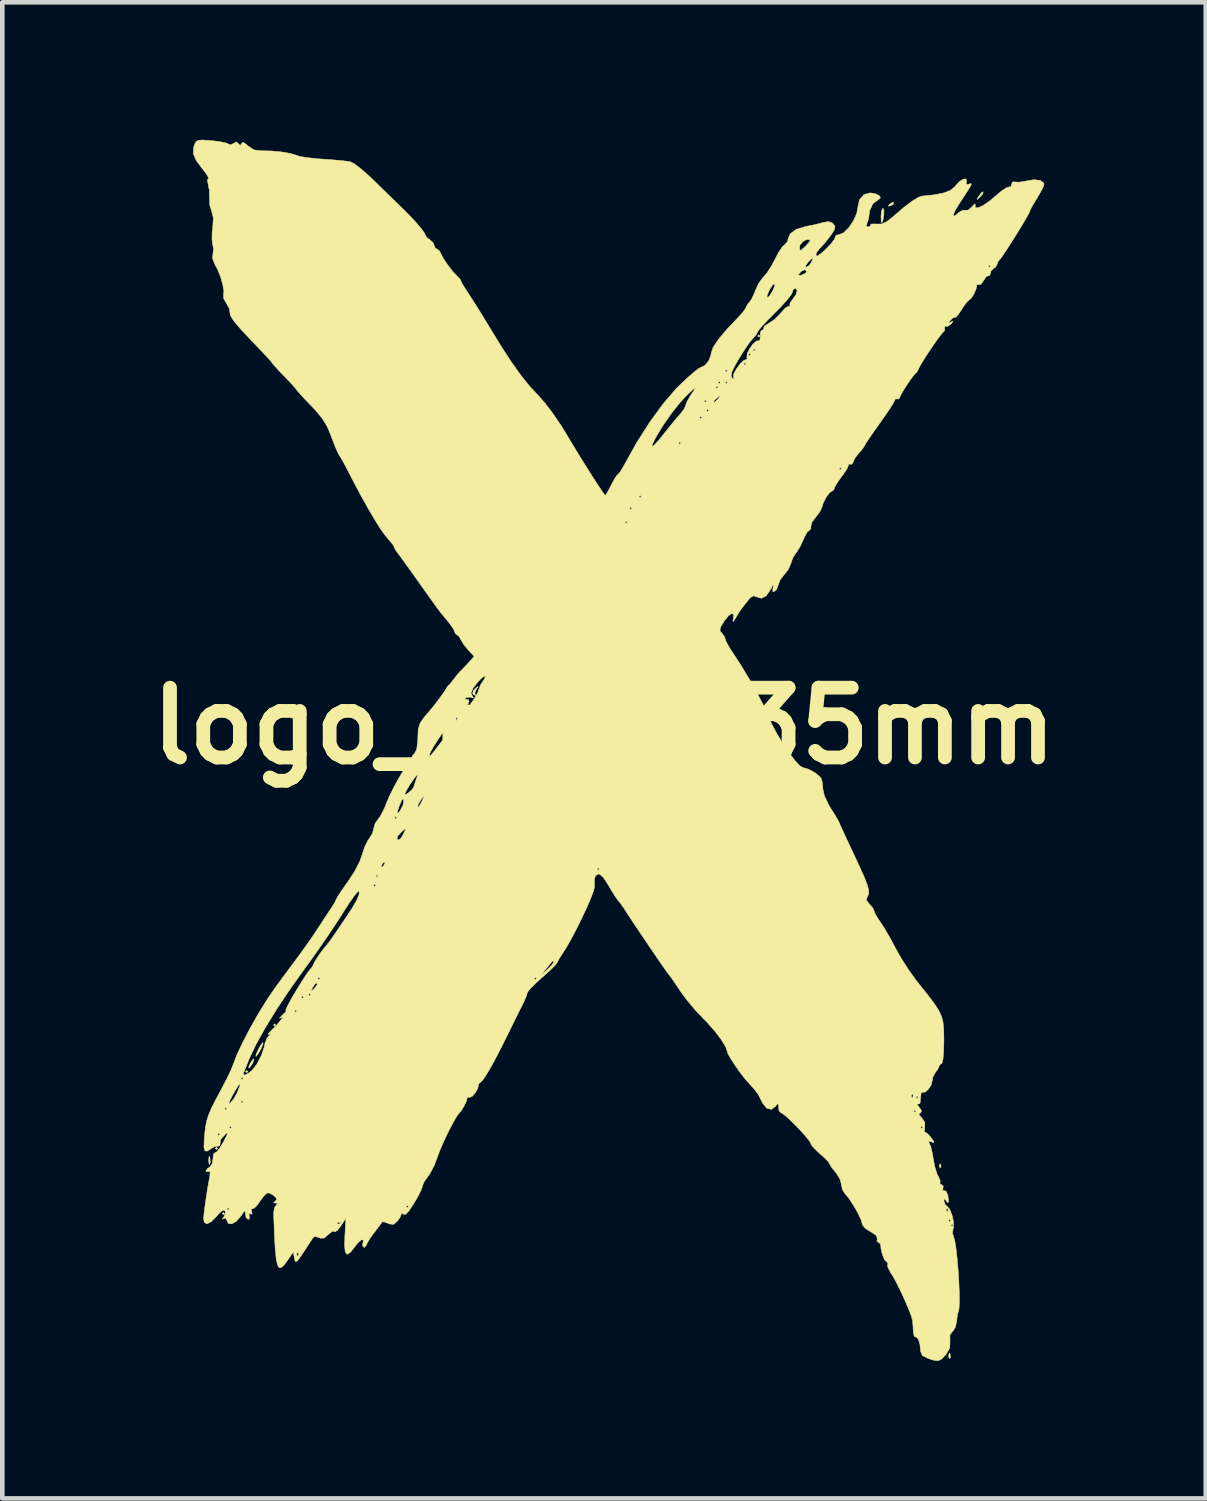
<source format=kicad_pcb>
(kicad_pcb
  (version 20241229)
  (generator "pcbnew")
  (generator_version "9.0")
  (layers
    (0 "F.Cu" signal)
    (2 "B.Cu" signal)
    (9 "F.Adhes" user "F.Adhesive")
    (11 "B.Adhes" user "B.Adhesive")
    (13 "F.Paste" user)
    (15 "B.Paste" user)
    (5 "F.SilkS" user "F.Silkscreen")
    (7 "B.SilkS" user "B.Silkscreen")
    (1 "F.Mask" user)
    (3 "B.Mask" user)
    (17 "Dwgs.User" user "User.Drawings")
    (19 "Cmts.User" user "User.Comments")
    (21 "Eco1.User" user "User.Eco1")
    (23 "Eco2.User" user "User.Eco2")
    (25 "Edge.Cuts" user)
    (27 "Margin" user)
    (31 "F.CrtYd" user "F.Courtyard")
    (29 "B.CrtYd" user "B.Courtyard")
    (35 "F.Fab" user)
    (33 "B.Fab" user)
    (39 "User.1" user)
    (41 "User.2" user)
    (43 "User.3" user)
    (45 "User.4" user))
  (footprint "logo_front_35mm"
    (layer "F.Cu")
    (at 10.131 12.791)
    (property "Reference" "logo_front_35mm" (at 0 0 0) (layer "F.SilkS") (effects (font (size 1.524 1.524) (thickness 0.3))))
    (attr through_hole)
    (fp_poly (pts (xy -8.433 9.22) (xy -8.458 9.246) (xy -8.484 9.22) (xy -8.458 9.195) (xy -8.433 9.22)) (stroke (width 0.01) (type solid)) (fill yes) (layer "F.SilkS"))
    (fp_poly (pts (xy -8.28 10.643) (xy -8.306 10.668) (xy -8.331 10.643) (xy -8.306 10.617) (xy -8.28 10.643)) (stroke (width 0.01) (type solid)) (fill yes) (layer "F.SilkS"))
    (fp_poly (pts (xy -7.772 7.544) (xy -7.798 7.569) (xy -7.823 7.544) (xy -7.798 7.518) (xy -7.772 7.544)) (stroke (width 0.01) (type solid)) (fill yes) (layer "F.SilkS"))
    (fp_poly (pts (xy -7.163 6.528) (xy -7.188 6.553) (xy -7.214 6.528) (xy -7.188 6.502) (xy -7.163 6.528)) (stroke (width 0.01) (type solid)) (fill yes) (layer "F.SilkS"))
    (fp_poly (pts (xy -2.997 -0.432) (xy -3.023 -0.406) (xy -3.048 -0.432) (xy -3.023 -0.457) (xy -2.997 -0.432)) (stroke (width 0.01) (type solid)) (fill yes) (layer "F.SilkS"))
    (fp_poly (pts (xy 3.404 -8.509) (xy 3.378 -8.484) (xy 3.353 -8.509) (xy 3.378 -8.534) (xy 3.404 -8.509)) (stroke (width 0.01) (type solid)) (fill yes) (layer "F.SilkS"))
    (fp_poly (pts (xy 7.349 9.567) (xy 7.355 9.628) (xy 7.349 9.635) (xy 7.319 9.628) (xy 7.315 9.601) (xy 7.334 9.559) (xy 7.349 9.567)) (stroke (width 0.01) (type solid)) (fill yes) (layer "F.SilkS"))
    (fp_poly (pts (xy 7.553 13.706) (xy 7.559 13.786) (xy 7.549 13.804) (xy 7.526 13.789) (xy 7.522 13.737) (xy 7.535 13.683) (xy 7.553 13.706)) (stroke (width 0.01) (type solid)) (fill yes) (layer "F.SilkS"))
    (fp_poly (pts (xy 6.326 -11.42) (xy 6.311 -11.382) (xy 6.263 -11.357) (xy 6.204 -11.342) (xy 6.228 -11.379) (xy 6.235 -11.386) (xy 6.301 -11.426) (xy 6.326 -11.42)) (stroke (width 0.01) (type solid)) (fill yes) (layer "F.SilkS"))
    (fp_poly (pts (xy 8.262 -11.607) (xy 8.208 -11.543) (xy 8.146 -11.486) (xy 8.147 -11.505) (xy 8.184 -11.567) (xy 8.242 -11.642) (xy 8.275 -11.655) (xy 8.262 -11.607)) (stroke (width 0.01) (type solid)) (fill yes) (layer "F.SilkS"))
    (fp_poly (pts (xy -8.603 9.403) (xy -8.601 9.412) (xy -8.593 9.522) (xy -8.603 9.564) (xy -8.619 9.566) (xy -8.626 9.486) (xy -8.626 9.474) (xy -8.619 9.395) (xy -8.603 9.403)) (stroke (width 0.01) (type solid)) (fill yes) (layer "F.SilkS"))
    (fp_poly (pts (xy -7.642 7.302) (xy -7.671 7.366) (xy -7.723 7.446) (xy -7.751 7.468) (xy -7.75 7.43) (xy -7.722 7.366) (xy -7.669 7.286) (xy -7.642 7.264) (xy -7.642 7.302)) (stroke (width 0.01) (type solid)) (fill yes) (layer "F.SilkS"))
    (fp_poly (pts (xy 6.107 -11.27) (xy 6.108 -11.172) (xy 6.105 -11.147) (xy 6.083 -11.016) (xy 6.062 -10.979) (xy 6.048 -11.038) (xy 6.045 -11.122) (xy 6.057 -11.237) (xy 6.085 -11.296) (xy 6.107 -11.27)) (stroke (width 0.01) (type solid)) (fill yes) (layer "F.SilkS"))
    (fp_poly (pts (xy -2.758 -0.838) (xy -2.781 -0.808) (xy -2.818 -0.728) (xy -2.81 -0.694) (xy -2.801 -0.661) (xy -2.808 -0.66) (xy -2.86 -0.696) (xy -2.867 -0.705) (xy -2.854 -0.768) (xy -2.806 -0.82) (xy -2.747 -0.863) (xy -2.758 -0.838)) (stroke (width 0.01) (type solid)) (fill yes) (layer "F.SilkS"))
    (fp_poly (pts (xy -7.443 6.948) (xy -7.484 7.044) (xy -7.493 7.061) (xy -7.553 7.164) (xy -7.595 7.213) (xy -7.597 7.214) (xy -7.594 7.175) (xy -7.553 7.079) (xy -7.544 7.061) (xy -7.484 6.958) (xy -7.442 6.909) (xy -7.44 6.909) (xy -7.443 6.948)) (stroke (width 0.01) (type solid)) (fill yes) (layer "F.SilkS"))
    (fp_poly (pts (xy -8.587 -12.774) (xy -8.549 -12.771) (xy -8.373 -12.748) (xy -8.243 -12.72) (xy -8.187 -12.692) (xy -8.187 -12.692) (xy -8.141 -12.68) (xy -8.094 -12.707) (xy -8.023 -12.744) (xy -7.978 -12.704) (xy -7.938 -12.665) (xy -7.912 -12.707) (xy -7.876 -12.738) (xy -7.806 -12.691) (xy -7.775 -12.66) (xy -7.639 -12.57) (xy -7.477 -12.551) (xy -7.265 -12.547) (xy -7.044 -12.527) (xy -6.849 -12.494) (xy -6.718 -12.453) (xy -6.713 -12.45) (xy -6.623 -12.425) (xy -6.459 -12.399) (xy -6.251 -12.377) (xy -6.142 -12.369) (xy -5.917 -12.353) (xy -5.718 -12.335) (xy -5.575 -12.318) (xy -5.538 -12.312) (xy -5.45 -12.266) (xy -5.313 -12.164) (xy -5.148 -12.021) (xy -5.015 -11.896) (xy -4.83 -11.713) (xy -4.649 -11.537) (xy -4.499 -11.391) (xy -4.431 -11.326) (xy -4.259 -11.154) (xy -4.105 -10.99) (xy -3.985 -10.849) (xy -3.913 -10.748) (xy -3.898 -10.708) (xy -3.869 -10.658) (xy -3.809 -10.617) (xy -3.729 -10.544) (xy -3.708 -10.488) (xy -3.68 -10.422) (xy -3.656 -10.414) (xy -3.597 -10.373) (xy -3.571 -10.325) (xy -3.509 -10.207) (xy -3.407 -10.055) (xy -3.295 -9.91) (xy -3.203 -9.815) (xy -3.138 -9.745) (xy -3.124 -9.713) (xy -3.097 -9.655) (xy -3.028 -9.542) (xy -2.967 -9.449) (xy -2.878 -9.312) (xy -2.754 -9.116) (xy -2.613 -8.887) (xy -2.491 -8.687) (xy -2.237 -8.272) (xy -2.017 -7.935) (xy -1.82 -7.658) (xy -1.636 -7.428) (xy -1.453 -7.23) (xy -1.437 -7.214) (xy -1.291 -7.048) (xy -1.121 -6.825) (xy -0.95 -6.575) (xy -0.842 -6.401) (xy -0.7 -6.164) (xy -0.549 -5.915) (xy -0.397 -5.671) (xy -0.255 -5.446) (xy -0.132 -5.256) (xy -0.038 -5.115) (xy 0.018 -5.038) (xy 0.029 -5.029) (xy 0.058 -5.07) (xy 0.116 -5.176) (xy 0.158 -5.258) (xy 0.229 -5.389) (xy 0.284 -5.471) (xy 0.302 -5.486) (xy 0.342 -5.527) (xy 0.396 -5.613) (xy 5.131 -5.613) (xy 5.156 -5.588) (xy 5.182 -5.613) (xy 5.156 -5.639) (xy 5.131 -5.613) (xy 0.396 -5.613) (xy 0.406 -5.629) (xy 0.432 -5.677) (xy 0.666 -6.096) (xy 1.048 -6.096) (xy 1.099 -6.13) (xy 1.137 -6.172) (xy 1.626 -6.172) (xy 1.651 -6.147) (xy 1.676 -6.172) (xy 1.651 -6.198) (xy 1.626 -6.172) (xy 1.137 -6.172) (xy 1.205 -6.247) (xy 1.331 -6.403) (xy 1.461 -6.566) (xy 1.583 -6.714) (xy 1.598 -6.731) (xy 2.083 -6.731) (xy 2.108 -6.706) (xy 2.134 -6.731) (xy 2.108 -6.756) (xy 2.083 -6.731) (xy 1.598 -6.731) (xy 1.664 -6.806) (xy 1.724 -6.883) (xy 2.235 -6.883) (xy 2.261 -6.858) (xy 2.286 -6.883) (xy 2.261 -6.909) (xy 2.235 -6.883) (xy 1.724 -6.883) (xy 1.743 -6.907) (xy 1.778 -6.985) (xy 1.778 -6.987) (xy 1.804 -7.063) (xy 1.818 -7.087) (xy 2.184 -7.087) (xy 2.21 -7.061) (xy 2.235 -7.087) (xy 2.227 -7.095) (xy 2.398 -7.095) (xy 2.398 -7.062) (xy 2.407 -7.061) (xy 2.449 -7.096) (xy 2.496 -7.15) (xy 2.54 -7.21) (xy 2.513 -7.198) (xy 2.477 -7.169) (xy 2.398 -7.095) (xy 2.227 -7.095) (xy 2.21 -7.112) (xy 2.184 -7.087) (xy 1.818 -7.087) (xy 1.871 -7.184) (xy 1.91 -7.245) (xy 1.975 -7.343) (xy 1.995 -7.383) (xy 1.962 -7.361) (xy 1.868 -7.273) (xy 1.78 -7.188) (xy 1.635 -7.028) (xy 1.468 -6.815) (xy 1.307 -6.586) (xy 1.245 -6.489) (xy 1.12 -6.277) (xy 1.055 -6.146) (xy 1.048 -6.096) (xy 0.666 -6.096) (xy 0.709 -6.174) (xy 1.001 -6.633) (xy 1.295 -7.035) (xy 1.577 -7.362) (xy 1.607 -7.391) (xy 2.438 -7.391) (xy 2.464 -7.366) (xy 2.489 -7.391) (xy 2.464 -7.417) (xy 2.438 -7.391) (xy 1.607 -7.391) (xy 1.645 -7.43) (xy 1.712 -7.493) (xy 2.489 -7.493) (xy 2.515 -7.468) (xy 2.54 -7.493) (xy 2.642 -7.493) (xy 2.667 -7.468) (xy 2.692 -7.493) (xy 2.667 -7.518) (xy 2.642 -7.493) (xy 2.54 -7.493) (xy 2.515 -7.518) (xy 2.489 -7.493) (xy 1.712 -7.493) (xy 1.813 -7.588) (xy 1.856 -7.626) (xy 2.774 -7.626) (xy 2.812 -7.571) (xy 2.825 -7.569) (xy 2.83 -7.601) (xy 2.823 -7.614) (xy 2.831 -7.682) (xy 2.888 -7.788) (xy 2.967 -7.896) (xy 2.97 -7.899) (xy 3.048 -7.899) (xy 3.073 -7.874) (xy 3.099 -7.899) (xy 3.073 -7.925) (xy 3.048 -7.899) (xy 2.97 -7.899) (xy 3.046 -7.973) (xy 3.089 -7.989) (xy 3.124 -8.014) (xy 3.118 -8.049) (xy 3.124 -8.103) (xy 3.15 -8.103) (xy 3.175 -8.077) (xy 3.2 -8.103) (xy 3.175 -8.128) (xy 3.15 -8.103) (xy 3.124 -8.103) (xy 3.127 -8.127) (xy 3.165 -8.204) (xy 3.251 -8.204) (xy 3.277 -8.179) (xy 3.302 -8.204) (xy 3.277 -8.23) (xy 3.251 -8.204) (xy 3.165 -8.204) (xy 3.179 -8.233) (xy 3.251 -8.334) (xy 3.323 -8.398) (xy 3.361 -8.402) (xy 3.401 -8.417) (xy 3.413 -8.51) (xy 3.407 -8.572) (xy 3.434 -8.631) (xy 3.455 -8.636) (xy 3.49 -8.665) (xy 3.483 -8.681) (xy 3.504 -8.729) (xy 3.593 -8.784) (xy 3.595 -8.785) (xy 3.716 -8.865) (xy 3.839 -8.987) (xy 3.861 -9.014) (xy 3.95 -9.113) (xy 4.022 -9.158) (xy 4.039 -9.156) (xy 4.064 -9.153) (xy 4.054 -9.167) (xy 4.059 -9.227) (xy 4.118 -9.311) (xy 4.194 -9.419) (xy 4.215 -9.508) (xy 4.175 -9.55) (xy 4.166 -9.55) (xy 4.121 -9.509) (xy 4.115 -9.471) (xy 4.08 -9.404) (xy 3.987 -9.286) (xy 3.85 -9.136) (xy 3.734 -9.019) (xy 3.576 -8.86) (xy 3.451 -8.726) (xy 3.372 -8.632) (xy 3.353 -8.598) (xy 3.319 -8.531) (xy 3.252 -8.459) (xy 3.177 -8.37) (xy 3.075 -8.222) (xy 2.963 -8.045) (xy 2.862 -7.871) (xy 2.791 -7.729) (xy 2.788 -7.722) (xy 2.774 -7.626) (xy 1.856 -7.626) (xy 1.959 -7.716) (xy 1.998 -7.747) (xy 2.642 -7.747) (xy 2.667 -7.722) (xy 2.692 -7.747) (xy 2.667 -7.772) (xy 2.642 -7.747) (xy 1.998 -7.747) (xy 2.064 -7.799) (xy 2.109 -7.823) (xy 2.203 -7.867) (xy 2.288 -7.972) (xy 2.335 -8.1) (xy 2.338 -8.132) (xy 2.379 -8.257) (xy 2.499 -8.437) (xy 2.693 -8.667) (xy 2.908 -8.893) (xy 3.015 -9.01) (xy 3.085 -9.101) (xy 3.099 -9.134) (xy 3.134 -9.205) (xy 3.167 -9.239) (xy 3.225 -9.321) (xy 3.248 -9.37) (xy 3.556 -9.37) (xy 3.575 -9.346) (xy 3.626 -9.402) (xy 3.683 -9.5) (xy 3.724 -9.601) (xy 3.723 -9.651) (xy 3.718 -9.652) (xy 3.672 -9.612) (xy 3.614 -9.521) (xy 3.568 -9.422) (xy 3.556 -9.37) (xy 3.248 -9.37) (xy 3.286 -9.455) (xy 3.301 -9.496) (xy 3.372 -9.651) (xy 3.462 -9.778) (xy 3.48 -9.795) (xy 3.513 -9.834) (xy 4.241 -9.834) (xy 4.292 -9.834) (xy 4.315 -9.84) (xy 4.399 -9.88) (xy 4.42 -9.912) (xy 4.389 -9.955) (xy 4.32 -9.931) (xy 4.271 -9.885) (xy 4.241 -9.834) (xy 3.513 -9.834) (xy 3.563 -9.895) (xy 3.653 -10.037) (xy 4.396 -10.037) (xy 4.41 -10.008) (xy 4.452 -10.033) (xy 8.382 -10.033) (xy 8.407 -10.008) (xy 8.433 -10.033) (xy 8.407 -10.058) (xy 8.382 -10.033) (xy 4.452 -10.033) (xy 4.476 -10.047) (xy 4.521 -10.109) (xy 4.556 -10.188) (xy 4.556 -10.211) (xy 4.512 -10.178) (xy 4.445 -10.109) (xy 4.396 -10.037) (xy 3.653 -10.037) (xy 3.661 -10.049) (xy 3.73 -10.182) (xy 3.813 -10.338) (xy 3.89 -10.453) (xy 4.267 -10.453) (xy 4.272 -10.385) (xy 4.3 -10.382) (xy 4.375 -10.447) (xy 4.394 -10.465) (xy 4.473 -10.55) (xy 4.501 -10.602) (xy 4.499 -10.605) (xy 4.428 -10.617) (xy 4.341 -10.571) (xy 4.277 -10.495) (xy 4.267 -10.453) (xy 3.89 -10.453) (xy 3.891 -10.453) (xy 3.94 -10.498) (xy 4.003 -10.567) (xy 4.013 -10.615) (xy 4.061 -10.737) (xy 4.193 -10.835) (xy 4.393 -10.896) (xy 4.394 -10.897) (xy 4.575 -10.933) (xy 4.747 -10.976) (xy 4.762 -10.981) (xy 4.895 -11.006) (xy 4.981 -10.975) (xy 5.002 -10.957) (xy 5.04 -10.901) (xy 5.03 -10.834) (xy 4.964 -10.728) (xy 4.934 -10.686) (xy 4.83 -10.552) (xy 4.736 -10.447) (xy 4.707 -10.42) (xy 4.638 -10.329) (xy 4.623 -10.27) (xy 4.653 -10.253) (xy 4.743 -10.314) (xy 4.849 -10.412) (xy 4.963 -10.534) (xy 5.035 -10.63) (xy 5.049 -10.676) (xy 5.069 -10.71) (xy 5.127 -10.719) (xy 5.231 -10.763) (xy 5.343 -10.874) (xy 5.445 -11.026) (xy 5.516 -11.187) (xy 5.537 -11.307) (xy 5.574 -11.482) (xy 5.674 -11.596) (xy 5.808 -11.632) (xy 5.919 -11.614) (xy 6.003 -11.573) (xy 6.034 -11.527) (xy 6.006 -11.498) (xy 5.868 -11.395) (xy 5.796 -11.245) (xy 5.791 -11.194) (xy 5.772 -11.057) (xy 5.743 -10.978) (xy 5.723 -10.905) (xy 5.766 -10.888) (xy 5.816 -10.91) (xy 5.812 -10.93) (xy 5.837 -10.953) (xy 5.933 -10.954) (xy 5.949 -10.952) (xy 6.058 -10.954) (xy 6.163 -10.999) (xy 6.294 -11.1) (xy 6.346 -11.146) (xy 6.54 -11.313) (xy 6.718 -11.447) (xy 6.859 -11.534) (xy 6.934 -11.561) (xy 7.222 -11.592) (xy 7.426 -11.634) (xy 7.566 -11.691) (xy 7.659 -11.77) (xy 7.675 -11.792) (xy 7.76 -11.882) (xy 7.844 -11.933) (xy 7.903 -11.935) (xy 7.913 -11.88) (xy 7.907 -11.864) (xy 7.909 -11.814) (xy 7.961 -11.822) (xy 8.002 -11.836) (xy 8.017 -11.827) (xy 7.999 -11.783) (xy 7.943 -11.69) (xy 7.842 -11.533) (xy 7.766 -11.417) (xy 7.668 -11.256) (xy 7.624 -11.156) (xy 7.634 -11.122) (xy 7.699 -11.163) (xy 7.743 -11.205) (xy 7.829 -11.254) (xy 7.881 -11.248) (xy 7.95 -11.258) (xy 8.034 -11.334) (xy 8.09 -11.394) (xy 8.102 -11.379) (xy 8.099 -11.37) (xy 8.102 -11.308) (xy 8.166 -11.307) (xy 8.277 -11.359) (xy 8.421 -11.459) (xy 8.548 -11.567) (xy 8.679 -11.677) (xy 8.785 -11.746) (xy 8.84 -11.76) (xy 8.882 -11.773) (xy 8.89 -11.813) (xy 8.92 -11.874) (xy 8.962 -11.87) (xy 9.057 -11.865) (xy 9.195 -11.887) (xy 9.218 -11.893) (xy 9.39 -11.92) (xy 9.524 -11.902) (xy 9.596 -11.845) (xy 9.601 -11.818) (xy 9.576 -11.743) (xy 9.509 -11.616) (xy 9.442 -11.503) (xy 9.358 -11.367) (xy 9.305 -11.27) (xy 9.293 -11.237) (xy 9.274 -11.189) (xy 9.211 -11.077) (xy 9.118 -10.919) (xy 9.007 -10.738) (xy 8.891 -10.553) (xy 8.782 -10.385) (xy 8.694 -10.253) (xy 8.638 -10.178) (xy 8.627 -10.168) (xy 8.588 -10.11) (xy 8.585 -10.085) (xy 8.544 -10.01) (xy 8.509 -9.989) (xy 8.441 -9.92) (xy 8.433 -9.879) (xy 8.412 -9.823) (xy 8.389 -9.825) (xy 8.34 -9.805) (xy 8.288 -9.724) (xy 8.23 -9.641) (xy 8.177 -9.628) (xy 8.136 -9.632) (xy 8.136 -9.618) (xy 8.123 -9.542) (xy 8.077 -9.435) (xy 8.019 -9.339) (xy 7.971 -9.296) (xy 7.97 -9.296) (xy 7.923 -9.257) (xy 7.849 -9.156) (xy 7.809 -9.093) (xy 7.733 -8.979) (xy 7.677 -8.919) (xy 7.661 -8.916) (xy 7.613 -8.904) (xy 7.564 -8.856) (xy 7.519 -8.796) (xy 7.544 -8.799) (xy 7.569 -8.814) (xy 7.618 -8.837) (xy 7.597 -8.8) (xy 7.576 -8.773) (xy 7.5 -8.718) (xy 7.454 -8.721) (xy 7.425 -8.72) (xy 7.435 -8.698) (xy 7.435 -8.628) (xy 7.419 -8.612) (xy 7.367 -8.556) (xy 7.279 -8.44) (xy 7.172 -8.286) (xy 7.06 -8.12) (xy 6.96 -7.963) (xy 6.887 -7.841) (xy 6.858 -7.777) (xy 6.858 -7.776) (xy 6.824 -7.715) (xy 6.82 -7.713) (xy 6.767 -7.661) (xy 6.684 -7.551) (xy 6.592 -7.415) (xy 6.51 -7.282) (xy 6.459 -7.185) (xy 6.452 -7.158) (xy 6.42 -7.129) (xy 6.401 -7.137) (xy 6.354 -7.135) (xy 6.35 -7.117) (xy 6.322 -7.058) (xy 6.246 -6.935) (xy 6.133 -6.768) (xy 6.02 -6.608) (xy 5.887 -6.421) (xy 5.78 -6.266) (xy 5.71 -6.159) (xy 5.69 -6.121) (xy 5.658 -6.068) (xy 5.581 -5.975) (xy 5.563 -5.955) (xy 5.478 -5.847) (xy 5.437 -5.76) (xy 5.436 -5.751) (xy 5.407 -5.708) (xy 5.385 -5.715) (xy 5.338 -5.708) (xy 5.334 -5.687) (xy 5.305 -5.615) (xy 5.23 -5.499) (xy 5.182 -5.436) (xy 5.092 -5.311) (xy 5.037 -5.215) (xy 5.029 -5.187) (xy 4.998 -5.133) (xy 4.984 -5.131) (xy 4.923 -5.09) (xy 4.849 -4.991) (xy 4.786 -4.871) (xy 4.761 -4.787) (xy 4.717 -4.684) (xy 4.634 -4.572) (xy 4.539 -4.449) (xy 4.512 -4.344) (xy 4.515 -4.305) (xy 4.484 -4.268) (xy 4.476 -4.267) (xy 4.431 -4.224) (xy 4.372 -4.117) (xy 4.347 -4.059) (xy 4.278 -3.911) (xy 4.206 -3.795) (xy 4.187 -3.773) (xy 4.119 -3.666) (xy 4.081 -3.553) (xy 4.023 -3.415) (xy 3.931 -3.297) (xy 3.846 -3.192) (xy 3.81 -3.098) (xy 3.81 -3.096) (xy 3.773 -2.991) (xy 3.738 -2.95) (xy 3.687 -2.921) (xy 3.682 -2.972) (xy 3.688 -3.007) (xy 3.701 -3.084) (xy 3.686 -3.073) (xy 3.647 -2.997) (xy 3.543 -2.842) (xy 3.435 -2.785) (xy 3.339 -2.813) (xy 3.261 -2.839) (xy 3.19 -2.796) (xy 3.146 -2.743) (xy 3.062 -2.636) (xy 3.003 -2.562) (xy 2.948 -2.481) (xy 2.877 -2.362) (xy 2.875 -2.358) (xy 2.823 -2.278) (xy 2.812 -2.288) (xy 2.82 -2.32) (xy 2.83 -2.426) (xy 2.791 -2.453) (xy 2.716 -2.405) (xy 2.625 -2.29) (xy 2.548 -2.164) (xy 2.528 -2.09) (xy 2.558 -2.039) (xy 2.568 -2.03) (xy 2.631 -1.947) (xy 2.642 -1.904) (xy 2.669 -1.831) (xy 2.739 -1.705) (xy 2.823 -1.576) (xy 2.991 -1.319) (xy 3.164 -1.033) (xy 3.327 -0.744) (xy 3.465 -0.479) (xy 3.563 -0.265) (xy 3.577 -0.229) (xy 3.661 -0.038) (xy 3.775 0.174) (xy 3.906 0.39) (xy 4.041 0.591) (xy 4.168 0.757) (xy 4.274 0.871) (xy 4.345 0.912) (xy 4.47 0.947) (xy 4.613 1.028) (xy 4.725 1.125) (xy 4.736 1.14) (xy 4.763 1.225) (xy 4.774 1.357) (xy 4.774 1.361) (xy 4.809 1.524) (xy 4.905 1.728) (xy 4.953 1.807) (xy 5.044 1.952) (xy 5.108 2.06) (xy 5.131 2.105) (xy 5.151 2.155) (xy 5.208 2.281) (xy 5.292 2.463) (xy 5.397 2.687) (xy 5.436 2.769) (xy 5.578 3.074) (xy 5.68 3.302) (xy 5.744 3.466) (xy 5.775 3.58) (xy 5.778 3.657) (xy 5.758 3.711) (xy 5.746 3.727) (xy 5.723 3.797) (xy 5.783 3.879) (xy 5.791 3.886) (xy 5.867 3.975) (xy 5.893 4.037) (xy 5.921 4.111) (xy 5.992 4.226) (xy 6.024 4.27) (xy 6.109 4.399) (xy 6.218 4.584) (xy 6.33 4.791) (xy 6.356 4.842) (xy 6.49 5.079) (xy 6.659 5.341) (xy 6.828 5.575) (xy 6.852 5.604) (xy 7.054 5.857) (xy 7.201 6.05) (xy 7.302 6.204) (xy 7.365 6.338) (xy 7.399 6.471) (xy 7.414 6.624) (xy 7.417 6.815) (xy 7.417 6.87) (xy 7.412 7.102) (xy 7.398 7.269) (xy 7.377 7.357) (xy 7.366 7.366) (xy 7.317 7.405) (xy 7.315 7.42) (xy 7.283 7.498) (xy 7.239 7.551) (xy 7.177 7.663) (xy 7.163 7.743) (xy 7.136 7.843) (xy 7.072 7.937) (xy 6.999 7.996) (xy 6.943 7.993) (xy 6.92 8.012) (xy 6.909 8.106) (xy 6.909 8.123) (xy 6.897 8.233) (xy 6.858 8.255) (xy 6.845 8.249) (xy 6.827 8.253) (xy 6.872 8.315) (xy 6.874 8.317) (xy 6.931 8.4) (xy 6.912 8.442) (xy 6.899 8.447) (xy 6.869 8.482) (xy 6.926 8.544) (xy 6.929 8.546) (xy 7.001 8.653) (xy 7 8.754) (xy 6.991 8.844) (xy 7.005 8.868) (xy 7.053 8.891) (xy 7.128 8.972) (xy 7.134 8.98) (xy 7.196 9.068) (xy 7.196 9.093) (xy 7.139 9.076) (xy 7.078 9.061) (xy 7.097 9.103) (xy 7.098 9.105) (xy 7.133 9.189) (xy 7.167 9.336) (xy 7.184 9.442) (xy 7.218 9.619) (xy 7.265 9.771) (xy 7.292 9.827) (xy 7.336 9.921) (xy 7.332 9.974) (xy 7.338 10.004) (xy 7.363 10.008) (xy 7.404 10.044) (xy 7.397 10.086) (xy 7.392 10.14) (xy 7.412 10.138) (xy 7.463 10.152) (xy 7.503 10.236) (xy 7.518 10.355) (xy 7.509 10.411) (xy 7.474 10.374) (xy 7.468 10.363) (xy 7.428 10.315) (xy 7.418 10.359) (xy 7.418 10.37) (xy 7.453 10.458) (xy 7.486 10.48) (xy 7.543 10.546) (xy 7.594 10.672) (xy 7.626 10.817) (xy 7.63 10.939) (xy 7.617 10.978) (xy 7.605 11.072) (xy 7.628 11.139) (xy 7.655 11.235) (xy 7.682 11.406) (xy 7.707 11.628) (xy 7.728 11.88) (xy 7.744 12.137) (xy 7.754 12.379) (xy 7.755 12.581) (xy 7.747 12.721) (xy 7.735 12.77) (xy 7.713 12.848) (xy 7.697 12.977) (xy 7.696 12.993) (xy 7.667 13.128) (xy 7.61 13.213) (xy 7.605 13.215) (xy 7.549 13.291) (xy 7.55 13.425) (xy 7.546 13.575) (xy 7.468 13.709) (xy 7.452 13.729) (xy 7.367 13.818) (xy 7.296 13.854) (xy 7.201 13.844) (xy 7.074 13.805) (xy 6.948 13.74) (xy 6.908 13.647) (xy 6.908 13.645) (xy 6.894 13.499) (xy 6.861 13.386) (xy 6.818 13.336) (xy 6.801 13.339) (xy 6.768 13.316) (xy 6.75 13.224) (xy 6.741 13.073) (xy 6.732 12.972) (xy 6.704 12.872) (xy 6.641 12.71) (xy 6.557 12.515) (xy 6.463 12.312) (xy 6.372 12.13) (xy 6.297 11.996) (xy 6.262 11.947) (xy 6.19 11.806) (xy 6.192 11.722) (xy 6.16 11.685) (xy 6.153 11.684) (xy 6.117 11.641) (xy 6.077 11.539) (xy 6.046 11.419) (xy 6.037 11.324) (xy 6.038 11.316) (xy 6.006 11.279) (xy 5.989 11.278) (xy 5.955 11.241) (xy 5.962 11.2) (xy 5.946 11.125) (xy 5.836 11.048) (xy 5.816 11.038) (xy 5.701 10.965) (xy 5.647 10.897) (xy 7.569 10.897) (xy 7.595 10.922) (xy 7.62 10.897) (xy 7.595 10.871) (xy 7.569 10.897) (xy 5.647 10.897) (xy 5.641 10.889) (xy 5.638 10.874) (xy 5.615 10.795) (xy 7.518 10.795) (xy 7.544 10.82) (xy 7.569 10.795) (xy 7.544 10.77) (xy 7.518 10.795) (xy 5.615 10.795) (xy 5.611 10.781) (xy 5.543 10.636) (xy 5.504 10.566) (xy 7.468 10.566) (xy 7.486 10.608) (xy 7.501 10.6) (xy 7.508 10.54) (xy 7.501 10.533) (xy 7.471 10.54) (xy 7.468 10.566) (xy 5.504 10.566) (xy 5.452 10.475) (xy 5.356 10.327) (xy 5.275 10.226) (xy 5.263 10.215) (xy 5.2 10.115) (xy 5.182 10.014) (xy 5.148 9.886) (xy 5.065 9.754) (xy 5.055 9.743) (xy 4.971 9.641) (xy 4.929 9.569) (xy 4.928 9.562) (xy 4.892 9.507) (xy 4.8 9.414) (xy 4.724 9.347) (xy 4.609 9.242) (xy 4.536 9.159) (xy 4.521 9.129) (xy 4.487 9.064) (xy 4.398 8.952) (xy 4.274 8.815) (xy 4.224 8.763) (xy 6.909 8.763) (xy 6.934 8.788) (xy 6.96 8.763) (xy 6.934 8.738) (xy 6.909 8.763) (xy 4.224 8.763) (xy 4.136 8.673) (xy 4.005 8.548) (xy 3.901 8.462) (xy 3.848 8.433) (xy 3.83 8.407) (xy 6.756 8.407) (xy 6.782 8.433) (xy 6.807 8.407) (xy 6.782 8.382) (xy 6.756 8.407) (xy 3.83 8.407) (xy 3.818 8.39) (xy 3.81 8.321) (xy 3.805 8.244) (xy 3.775 8.259) (xy 3.741 8.304) (xy 3.649 8.369) (xy 3.549 8.341) (xy 3.458 8.227) (xy 3.442 8.193) (xy 3.383 8.077) (xy 6.706 8.077) (xy 6.724 8.119) (xy 6.739 8.111) (xy 6.74 8.103) (xy 6.807 8.103) (xy 6.833 8.128) (xy 6.858 8.103) (xy 6.833 8.077) (xy 6.807 8.103) (xy 6.74 8.103) (xy 6.746 8.051) (xy 6.739 8.043) (xy 6.709 8.05) (xy 6.706 8.077) (xy 3.383 8.077) (xy 3.366 8.044) (xy 3.273 7.918) (xy 3.165 7.802) (xy 3.072 7.696) (xy 2.962 7.552) (xy 2.852 7.395) (xy 2.759 7.252) (xy 2.702 7.148) (xy 2.692 7.116) (xy 2.657 7.007) (xy 2.561 6.849) (xy 2.419 6.661) (xy 2.243 6.463) (xy 2.157 6.375) (xy 1.979 6.186) (xy 1.801 5.972) (xy 1.659 5.779) (xy 1.651 5.766) (xy 1.549 5.612) (xy 1.468 5.494) (xy 1.423 5.437) (xy 1.422 5.436) (xy 1.386 5.389) (xy 1.305 5.274) (xy 1.19 5.108) (xy 1.054 4.909) (xy 0.908 4.693) (xy 0.762 4.477) (xy 0.629 4.278) (xy 0.52 4.112) (xy 0.446 3.998) (xy 0.432 3.975) (xy 0.351 3.861) (xy 0.314 3.818) (xy 0.253 3.735) (xy 0.166 3.597) (xy 0.095 3.475) (xy -0.014 3.307) (xy -0.098 3.235) (xy -0.13 3.234) (xy -0.186 3.27) (xy -0.209 3.343) (xy -0.208 3.482) (xy -0.206 3.505) (xy -0.226 3.596) (xy -0.286 3.754) (xy -0.374 3.96) (xy -0.483 4.193) (xy -0.601 4.432) (xy -0.72 4.657) (xy -0.828 4.847) (xy -0.902 4.961) (xy -0.976 5.075) (xy -1.017 5.154) (xy -1.02 5.164) (xy -1.058 5.215) (xy -1.155 5.313) (xy -1.294 5.439) (xy -1.348 5.486) (xy -1.496 5.621) (xy -1.61 5.736) (xy -1.669 5.811) (xy -1.674 5.824) (xy -1.697 5.903) (xy -1.753 6.03) (xy -1.776 6.078) (xy -1.85 6.224) (xy -1.946 6.419) (xy -2.046 6.623) (xy -2.049 6.629) (xy -2.235 7.003) (xy -2.394 7.31) (xy -2.525 7.544) (xy -2.622 7.696) (xy -2.673 7.755) (xy -2.733 7.812) (xy -2.742 7.831) (xy -2.751 7.902) (xy -2.803 7.997) (xy -2.87 8.079) (xy -2.927 8.107) (xy -2.929 8.106) (xy -2.983 8.103) (xy -2.986 8.117) (xy -3.001 8.184) (xy -3.051 8.29) (xy -3.11 8.39) (xy -3.147 8.433) (xy -3.204 8.505) (xy -3.287 8.646) (xy -3.383 8.83) (xy -3.481 9.032) (xy -3.567 9.227) (xy -3.629 9.389) (xy -3.635 9.407) (xy -3.706 9.593) (xy -3.791 9.759) (xy -3.844 9.834) (xy -3.924 9.947) (xy -3.962 10.038) (xy -3.962 10.046) (xy -3.988 10.124) (xy -4.054 10.258) (xy -4.148 10.419) (xy -4.149 10.421) (xy -4.259 10.586) (xy -4.333 10.663) (xy -4.376 10.657) (xy -4.412 10.627) (xy -4.419 10.645) (xy -4.449 10.721) (xy -4.506 10.804) (xy -4.588 10.877) (xy -4.679 10.87) (xy -4.709 10.857) (xy -4.802 10.824) (xy -4.839 10.825) (xy -4.875 10.874) (xy -4.953 10.976) (xy -5.017 11.059) (xy -5.11 11.189) (xy -5.17 11.29) (xy -5.182 11.325) (xy -5.221 11.377) (xy -5.238 11.379) (xy -5.272 11.342) (xy -5.265 11.305) (xy -5.251 11.224) (xy -5.288 11.213) (xy -5.359 11.267) (xy -5.431 11.358) (xy -5.534 11.489) (xy -5.604 11.533) (xy -5.646 11.486) (xy -5.661 11.345) (xy -5.655 11.138) (xy -5.633 10.744) (xy -5.747 10.917) (xy -5.821 11.011) (xy -5.872 11.042) (xy -5.881 11.033) (xy -5.923 11.025) (xy -6.003 11.087) (xy -6.013 11.097) (xy -6.107 11.177) (xy -6.187 11.18) (xy -6.218 11.166) (xy -6.311 11.141) (xy -6.343 11.161) (xy -6.387 11.225) (xy -6.467 11.347) (xy -6.553 11.478) (xy -6.65 11.621) (xy -6.705 11.688) (xy -6.735 11.689) (xy -6.753 11.633) (xy -6.756 11.615) (xy -6.772 11.532) (xy -6.706 11.532) (xy -6.687 11.573) (xy -6.672 11.565) (xy -6.666 11.505) (xy -6.672 11.498) (xy -6.702 11.505) (xy -6.706 11.532) (xy -6.772 11.532) (xy -6.782 11.482) (xy -6.903 11.659) (xy -6.979 11.763) (xy -7.041 11.821) (xy -7.089 11.823) (xy -7.125 11.764) (xy -7.153 11.636) (xy -7.174 11.43) (xy -7.191 11.14) (xy -7.202 10.837) (xy -5.825 10.837) (xy -5.818 10.868) (xy -5.791 10.871) (xy -5.749 10.853) (xy -5.757 10.837) (xy -5.818 10.831) (xy -5.825 10.837) (xy -7.202 10.837) (xy -7.205 10.759) (xy -7.209 10.62) (xy -7.189 10.509) (xy -7.175 10.49) (xy -4.318 10.49) (xy -4.293 10.516) (xy -4.267 10.49) (xy -4.293 10.465) (xy -4.318 10.49) (xy -7.175 10.49) (xy -7.15 10.456) (xy -7.118 10.422) (xy -7.163 10.414) (xy -7.211 10.404) (xy -7.17 10.369) (xy -7.138 10.325) (xy -7.187 10.266) (xy -7.221 10.241) (xy -7.291 10.197) (xy -7.346 10.192) (xy -7.406 10.239) (xy -7.491 10.349) (xy -7.566 10.456) (xy -7.634 10.526) (xy -7.679 10.536) (xy -7.699 10.552) (xy -7.687 10.597) (xy -7.679 10.657) (xy -7.712 10.648) (xy -7.75 10.646) (xy -7.741 10.691) (xy -7.742 10.758) (xy -7.767 10.77) (xy -7.811 10.727) (xy -7.824 10.655) (xy -7.83 10.591) (xy -7.857 10.6) (xy -7.919 10.689) (xy -7.931 10.706) (xy -8.024 10.811) (xy -8.121 10.866) (xy -8.198 10.862) (xy -8.23 10.792) (xy -8.23 10.792) (xy -8.256 10.74) (xy -8.293 10.751) (xy -8.331 10.766) (xy -8.298 10.717) (xy -8.296 10.714) (xy -8.262 10.624) (xy -8.272 10.58) (xy -8.325 10.573) (xy -8.419 10.659) (xy -8.449 10.696) (xy -8.571 10.82) (xy -8.666 10.867) (xy -8.724 10.832) (xy -8.737 10.757) (xy -8.729 10.644) (xy -8.716 10.541) (xy -8.23 10.541) (xy -8.204 10.566) (xy -8.179 10.541) (xy -8.204 10.516) (xy -8.23 10.541) (xy -8.716 10.541) (xy -8.706 10.463) (xy -8.675 10.247) (xy -8.64 10.028) (xy -8.605 9.839) (xy -8.604 9.836) (xy -8.595 9.735) (xy -8.628 9.723) (xy -8.631 9.725) (xy -8.681 9.729) (xy -8.687 9.711) (xy -8.646 9.653) (xy -8.611 9.634) (xy -8.553 9.563) (xy -8.534 9.447) (xy -8.523 9.347) (xy -8.494 9.316) (xy -8.491 9.317) (xy -8.446 9.291) (xy -8.374 9.195) (xy -8.306 9.079) (xy -8.234 8.94) (xy -8.211 8.879) (xy -8.236 8.887) (xy -8.267 8.915) (xy -8.342 8.997) (xy -8.37 9.042) (xy -8.383 9.157) (xy -8.423 9.175) (xy -8.425 9.174) (xy -8.494 9.18) (xy -8.565 9.22) (xy -8.655 9.278) (xy -8.708 9.275) (xy -8.73 9.201) (xy -8.726 9.044) (xy -8.716 8.928) (xy -8.715 8.915) (xy -8.433 8.915) (xy -8.407 8.941) (xy -8.382 8.915) (xy -8.407 8.89) (xy -8.433 8.915) (xy -8.715 8.915) (xy -8.698 8.766) (xy -8.697 8.763) (xy -8.179 8.763) (xy -8.153 8.788) (xy -8.128 8.763) (xy -8.153 8.738) (xy -8.179 8.763) (xy -8.697 8.763) (xy -8.673 8.629) (xy -8.632 8.496) (xy -8.572 8.357) (xy -8.28 8.357) (xy -8.255 8.382) (xy -8.23 8.357) (xy -8.255 8.331) (xy -8.28 8.357) (xy -8.572 8.357) (xy -8.567 8.343) (xy -8.516 8.242) (xy -8.185 8.242) (xy -8.157 8.233) (xy -8.134 8.204) (xy -7.925 8.204) (xy -7.899 8.23) (xy -7.874 8.204) (xy -7.899 8.179) (xy -7.925 8.204) (xy -8.134 8.204) (xy -8.08 8.138) (xy -8.005 8.002) (xy -7.997 7.985) (xy -7.946 7.849) (xy -7.94 7.803) (xy -7.977 7.843) (xy -8.054 7.968) (xy -8.096 8.042) (xy -8.167 8.179) (xy -8.185 8.242) (xy -8.516 8.242) (xy -8.469 8.149) (xy -8.33 7.889) (xy -8.322 7.874) (xy -8.229 7.696) (xy -7.925 7.696) (xy -7.899 7.722) (xy -7.874 7.696) (xy -7.899 7.671) (xy -7.925 7.696) (xy -8.229 7.696) (xy -8.227 7.692) (xy -8.185 7.603) (xy -7.874 7.603) (xy -7.841 7.621) (xy -7.761 7.581) (xy -7.68 7.516) (xy -7.573 7.377) (xy -7.475 7.187) (xy -7.412 6.997) (xy -7.401 6.934) (xy -7.356 6.815) (xy -7.315 6.765) (xy -7.265 6.717) (xy -7.293 6.723) (xy -7.315 6.733) (xy -7.334 6.727) (xy -7.285 6.67) (xy -7.261 6.648) (xy -7.147 6.533) (xy -7.058 6.426) (xy -7.012 6.357) (xy -7.03 6.355) (xy -7.064 6.375) (xy -7.084 6.38) (xy -7.037 6.329) (xy -7.013 6.306) (xy -6.944 6.237) (xy -6.938 6.223) (xy -6.756 6.223) (xy -6.731 6.248) (xy -6.706 6.223) (xy -6.731 6.198) (xy -6.756 6.223) (xy -6.938 6.223) (xy -6.934 6.214) (xy -6.942 6.218) (xy -6.942 6.19) (xy -6.897 6.093) (xy -6.814 5.941) (xy -6.801 5.918) (xy -6.604 5.918) (xy -6.579 5.944) (xy -6.553 5.918) (xy -6.579 5.893) (xy -6.604 5.918) (xy -6.801 5.918) (xy -6.771 5.867) (xy -6.452 5.867) (xy -6.426 5.893) (xy -6.401 5.867) (xy -6.426 5.842) (xy -6.452 5.867) (xy -6.771 5.867) (xy -6.719 5.779) (xy -6.719 5.779) (xy -6.39 5.779) (xy -6.374 5.778) (xy -6.321 5.729) (xy -6.262 5.652) (xy -6.26 5.61) (xy -6.302 5.626) (xy -6.352 5.698) (xy -6.39 5.779) (xy -6.719 5.779) (xy -6.6 5.585) (xy -6.552 5.512) (xy -6.248 5.512) (xy -6.223 5.537) (xy -6.198 5.512) (xy -1.524 5.512) (xy -1.499 5.537) (xy -1.473 5.512) (xy -1.499 5.486) (xy -1.524 5.512) (xy -6.198 5.512) (xy -6.223 5.486) (xy -6.248 5.512) (xy -6.552 5.512) (xy -6.519 5.461) (xy -1.397 5.461) (xy -1.232 5.312) (xy -1.138 5.217) (xy -1.092 5.152) (xy -1.093 5.139) (xy -1.13 5.135) (xy -1.168 5.184) (xy -1.246 5.28) (xy -1.27 5.309) (xy -1.397 5.461) (xy -6.519 5.461) (xy -6.497 5.427) (xy -6.423 5.323) (xy -6.393 5.292) (xy -6.351 5.234) (xy -6.35 5.225) (xy -6.322 5.163) (xy -6.254 5.053) (xy -6.168 4.928) (xy -6.085 4.82) (xy -6.044 4.775) (xy -5.999 4.718) (xy -5.932 4.623) (xy -5.857 4.514) (xy -5.751 4.358) (xy -5.653 4.215) (xy -5.494 3.973) (xy -5.393 3.797) (xy -5.345 3.677) (xy -5.344 3.603) (xy -5.376 3.619) (xy -5.45 3.708) (xy -5.554 3.855) (xy -5.678 4.048) (xy -5.69 4.068) (xy -5.841 4.304) (xy -6.032 4.589) (xy -6.242 4.894) (xy -6.451 5.186) (xy -6.522 5.283) (xy -6.845 5.735) (xy -7.138 6.174) (xy -7.392 6.587) (xy -7.597 6.956) (xy -7.744 7.267) (xy -7.751 7.284) (xy -7.814 7.442) (xy -7.859 7.558) (xy -7.874 7.603) (xy -8.185 7.603) (xy -8.149 7.529) (xy -8.104 7.419) (xy -8.103 7.417) (xy -8.017 7.191) (xy -7.884 6.907) (xy -7.719 6.59) (xy -7.534 6.266) (xy -7.343 5.958) (xy -7.167 5.701) (xy -7.015 5.494) (xy -6.839 5.257) (xy -6.679 5.041) (xy -6.678 5.041) (xy -6.525 4.829) (xy -6.364 4.6) (xy -6.231 4.4) (xy -6.227 4.394) (xy -6.113 4.218) (xy -6.007 4.057) (xy -5.937 3.952) (xy -5.872 3.848) (xy -5.842 3.783) (xy -5.842 3.781) (xy -5.814 3.728) (xy -5.74 3.614) (xy -5.646 3.48) (xy -5.029 3.48) (xy -5.004 3.505) (xy -4.978 3.48) (xy -5.004 3.454) (xy -5.029 3.48) (xy -5.646 3.48) (xy -5.633 3.46) (xy -5.589 3.401) (xy -5.508 3.277) (xy -4.978 3.277) (xy -4.953 3.302) (xy -4.928 3.277) (xy -4.953 3.251) (xy -4.978 3.277) (xy -5.508 3.277) (xy -5.443 3.176) (xy -5.416 3.124) (xy -0.152 3.124) (xy -0.127 3.15) (xy -0.102 3.124) (xy -0.127 3.099) (xy -0.152 3.124) (xy -5.416 3.124) (xy -5.4 3.092) (xy -4.864 3.092) (xy -4.826 3.068) (xy -4.82 3.062) (xy -4.78 2.995) (xy -4.785 2.97) (xy -4.823 2.986) (xy -4.848 3.033) (xy -4.864 3.092) (xy -5.4 3.092) (xy -5.331 2.959) (xy -5.278 2.809) (xy -5.223 2.641) (xy -5.153 2.501) (xy -5.131 2.471) (xy -4.518 2.471) (xy -4.479 2.489) (xy -4.43 2.448) (xy -4.373 2.35) (xy -4.332 2.257) (xy -4.343 2.246) (xy -4.415 2.308) (xy -4.501 2.404) (xy -4.518 2.471) (xy -5.131 2.471) (xy -5.124 2.461) (xy -5.052 2.343) (xy -5.029 2.247) (xy -4.994 2.127) (xy -4.937 2.047) (xy -4.908 2.007) (xy -4.572 2.007) (xy -4.547 2.032) (xy -4.521 2.007) (xy -4.547 1.981) (xy -4.572 2.007) (xy -4.908 2.007) (xy -4.866 1.946) (xy -4.851 1.916) (xy -4.517 1.916) (xy -4.499 1.912) (xy -4.452 1.854) (xy -4.394 1.745) (xy -4.064 1.745) (xy -4.054 1.777) (xy -4.02 1.731) (xy -3.966 1.626) (xy -3.928 1.541) (xy -3.939 1.542) (xy -3.985 1.597) (xy -4.046 1.692) (xy -4.064 1.745) (xy -4.394 1.745) (xy -4.389 1.735) (xy -4.372 1.651) (xy -4.379 1.586) (xy -4.409 1.615) (xy -4.415 1.626) (xy -4.463 1.734) (xy -4.495 1.829) (xy -4.517 1.916) (xy -4.851 1.916) (xy -4.79 1.793) (xy -4.754 1.702) (xy -4.689 1.547) (xy -4.657 1.481) (xy -4.345 1.481) (xy -4.338 1.502) (xy -4.273 1.465) (xy -4.183 1.382) (xy -4.149 1.323) (xy -4.113 1.208) (xy -4.091 1.143) (xy -4.056 1.041) (xy -4.14 1.143) (xy -4.227 1.266) (xy -4.299 1.386) (xy -4.345 1.481) (xy -4.657 1.481) (xy -4.6 1.364) (xy -4.498 1.175) (xy -4.398 1.006) (xy -4.337 0.914) (xy -3.912 0.914) (xy -3.893 0.956) (xy -3.878 0.948) (xy -3.872 0.888) (xy -3.878 0.881) (xy -3.908 0.888) (xy -3.912 0.914) (xy -4.337 0.914) (xy -4.314 0.88) (xy -4.258 0.822) (xy -4.258 0.821) (xy -4.219 0.763) (xy -4.219 0.762) (xy -3.912 0.762) (xy -3.893 0.804) (xy -3.878 0.796) (xy -3.872 0.736) (xy -3.878 0.728) (xy -3.908 0.735) (xy -3.912 0.762) (xy -4.219 0.762) (xy -4.216 0.739) (xy -4.181 0.653) (xy -4.162 0.633) (xy -3.81 0.633) (xy -3.809 0.656) (xy -3.799 0.659) (xy -3.769 0.629) (xy -3.708 0.555) (xy -3.607 0.423) (xy -3.461 0.233) (xy -3.334 0.059) (xy -3.239 -0.088) (xy -3.188 -0.188) (xy -3.185 -0.219) (xy -3.184 -0.247) (xy -3.166 -0.239) (xy -3.112 -0.259) (xy -3.025 -0.342) (xy -2.924 -0.462) (xy -2.829 -0.596) (xy -2.759 -0.719) (xy -2.735 -0.787) (xy -2.689 -0.907) (xy -2.654 -0.956) (xy -2.6 -1.044) (xy -2.593 -1.083) (xy -2.623 -1.082) (xy -2.697 -1.018) (xy -2.767 -0.941) (xy -2.867 -0.813) (xy -2.903 -0.731) (xy -2.883 -0.67) (xy -2.88 -0.665) (xy -2.847 -0.612) (xy -2.895 -0.619) (xy -2.907 -0.623) (xy -2.996 -0.625) (xy -3.029 -0.6) (xy -3.033 -0.567) (xy -3.005 -0.579) (xy -2.955 -0.574) (xy -2.946 -0.533) (xy -2.968 -0.477) (xy -2.991 -0.479) (xy -3.055 -0.472) (xy -3.109 -0.412) (xy -3.119 -0.343) (xy -3.111 -0.33) (xy -3.108 -0.311) (xy -3.131 -0.321) (xy -3.175 -0.293) (xy -3.26 -0.199) (xy -3.37 -0.058) (xy -3.492 0.108) (xy -3.611 0.28) (xy -3.713 0.439) (xy -3.784 0.564) (xy -3.81 0.633) (xy -4.162 0.633) (xy -4.14 0.61) (xy -4.086 0.504) (xy -4.064 0.304) (xy -4.063 0.26) (xy -4.054 0.076) (xy -4.016 -0.054) (xy -3.935 -0.175) (xy -3.911 -0.203) (xy -3.802 -0.332) (xy -3.723 -0.427) (xy -3.653 -0.517) (xy -3.569 -0.63) (xy -3.449 -0.794) (xy -3.433 -0.816) (xy -3.312 -0.977) (xy -3.209 -1.109) (xy -3.142 -1.188) (xy -3.134 -1.195) (xy -3.06 -1.268) (xy -2.961 -1.374) (xy -2.954 -1.382) (xy -2.834 -1.517) (xy -2.967 -1.66) (xy -3.062 -1.778) (xy -3.124 -1.88) (xy -3.128 -1.892) (xy -3.174 -1.967) (xy -3.204 -1.981) (xy -3.249 -2.021) (xy -3.251 -2.038) (xy -3.282 -2.108) (xy -3.358 -2.22) (xy -3.405 -2.279) (xy -3.476 -2.364) (xy -3.533 -2.433) (xy -3.586 -2.501) (xy -3.648 -2.584) (xy -3.731 -2.699) (xy -3.846 -2.86) (xy -4.006 -3.085) (xy -4.052 -3.15) (xy -4.206 -3.366) (xy -4.342 -3.555) (xy -4.447 -3.7) (xy -4.51 -3.784) (xy -4.519 -3.795) (xy -4.566 -3.866) (xy -4.572 -3.886) (xy -4.6 -3.946) (xy -4.624 -3.977) (xy -4.692 -4.059) (xy -4.782 -4.166) (xy -4.875 -4.295) (xy -4.969 -4.445) (xy 0.457 -4.445) (xy 0.483 -4.42) (xy 0.508 -4.445) (xy 0.483 -4.47) (xy 0.457 -4.445) (xy -4.969 -4.445) (xy -5.003 -4.499) (xy -5.15 -4.75) (xy 0.559 -4.75) (xy 0.584 -4.724) (xy 0.61 -4.75) (xy 0.584 -4.775) (xy 0.559 -4.75) (xy -5.15 -4.75) (xy -5.155 -4.759) (xy -5.291 -5.004) (xy 0.762 -5.004) (xy 0.787 -4.978) (xy 0.813 -5.004) (xy 0.787 -5.029) (xy 0.762 -5.004) (xy -5.291 -5.004) (xy -5.321 -5.057) (xy -5.49 -5.376) (xy -5.604 -5.599) (xy -5.683 -5.748) (xy -5.75 -5.865) (xy -5.776 -5.903) (xy -5.818 -5.982) (xy -5.879 -6.126) (xy -5.946 -6.306) (xy -5.949 -6.313) (xy -6.036 -6.523) (xy -6.144 -6.703) (xy -6.298 -6.89) (xy -6.388 -6.985) (xy -6.529 -7.131) (xy -6.637 -7.249) (xy -6.698 -7.32) (xy -6.706 -7.332) (xy -6.739 -7.375) (xy -6.826 -7.472) (xy -6.95 -7.603) (xy -6.985 -7.639) (xy -7.113 -7.772) (xy -7.204 -7.872) (xy -7.244 -7.922) (xy -7.244 -7.925) (xy -7.27 -7.959) (xy -7.354 -8.052) (xy -7.486 -8.192) (xy -7.651 -8.365) (xy -7.704 -8.419) (xy -7.927 -8.657) (xy -8.075 -8.833) (xy -8.151 -8.951) (xy -8.161 -9.003) (xy -8.174 -9.103) (xy -8.238 -9.219) (xy -8.298 -9.323) (xy -8.305 -9.399) (xy -8.304 -9.402) (xy -8.295 -9.488) (xy -8.32 -9.633) (xy -8.369 -9.802) (xy -8.432 -9.962) (xy -8.485 -10.058) (xy -8.544 -10.204) (xy -8.535 -10.287) (xy -8.522 -10.417) (xy -8.539 -10.5) (xy -8.555 -10.615) (xy -8.551 -10.779) (xy -8.54 -10.863) (xy -8.525 -11.084) (xy -8.563 -11.233) (xy -8.603 -11.367) (xy -8.61 -11.525) (xy -8.61 -11.526) (xy -8.612 -11.684) (xy -8.639 -11.819) (xy -8.658 -11.915) (xy -8.632 -11.938) (xy -8.634 -11.973) (xy -8.69 -12.062) (xy -8.77 -12.165) (xy -8.9 -12.341) (xy -8.96 -12.483) (xy -8.956 -12.619) (xy -8.933 -12.693) (xy -8.904 -12.75) (xy -8.853 -12.779) (xy -8.756 -12.786) (xy -8.587 -12.774)) (stroke (width 0.01) (type solid)) (fill yes) (layer "F.SilkS")))
  (gr_rect
    (start -3 -3)
    (end 23.262 29.65)
    (stroke (width 0.1) (type default))
    (fill no)
    (layer "Edge.Cuts")))
</source>
